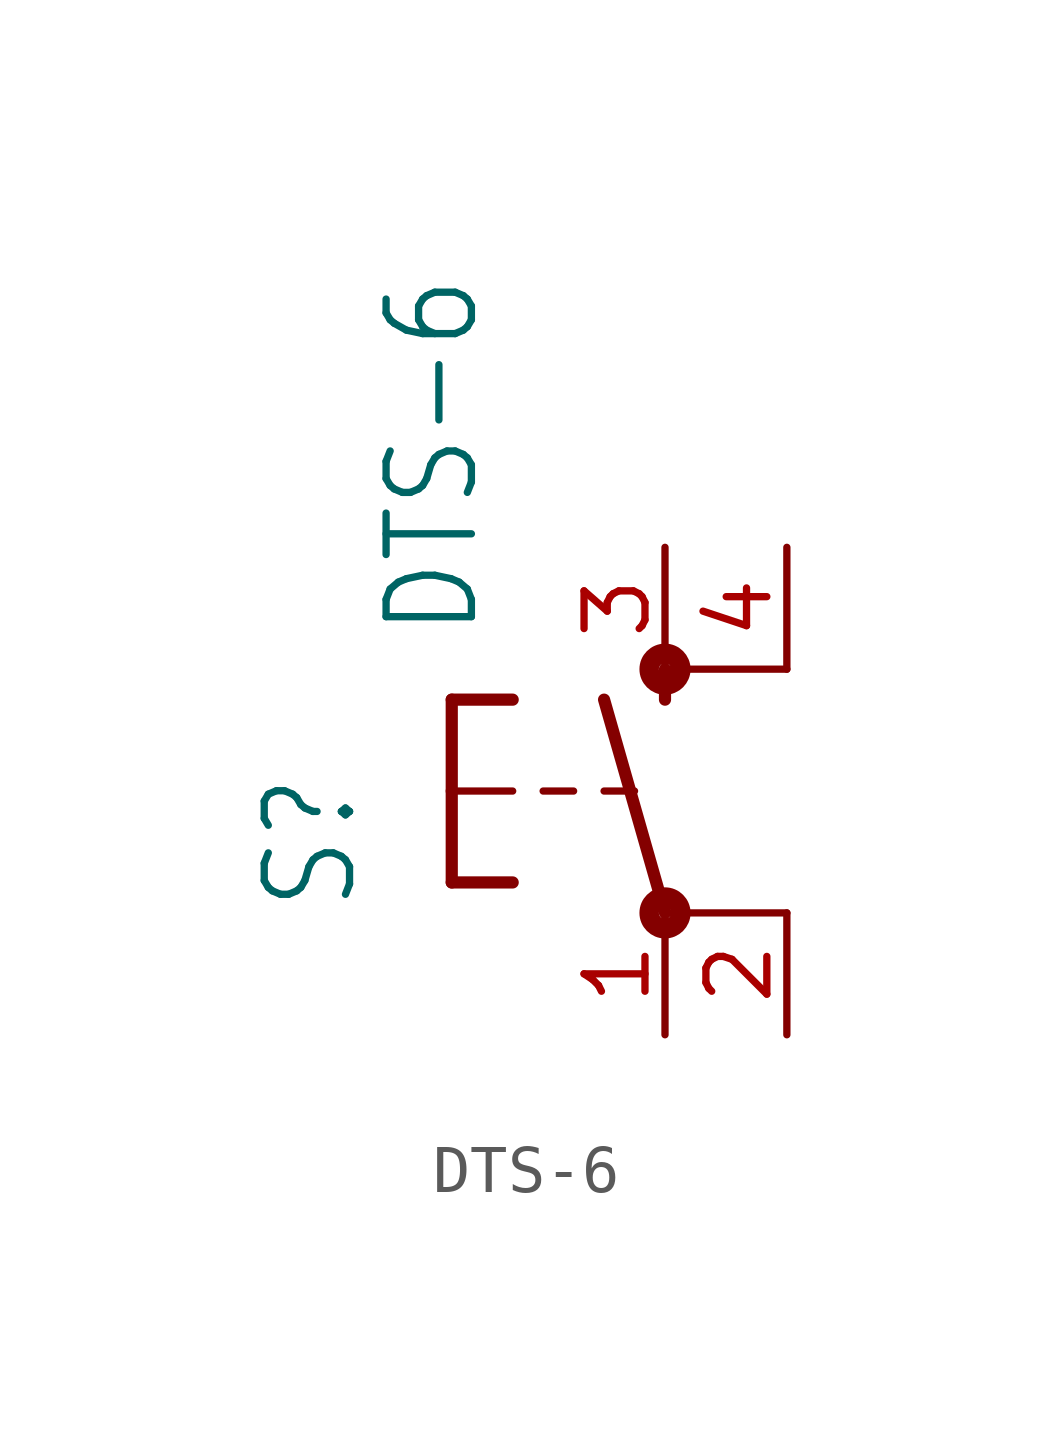
<source format=kicad_sym>
(kicad_symbol_lib
  (version 20211014)
  (generator kicad_symbol_editor)
  (symbol "DTS-6"
    (property "Reference" "S"
      (at -6.35 -2.54 90)
      (effects (font (size 1.778 1.511)) (justify left bottom)))
    (property "Value" "DTS-6"
      (at -3.81 3.175 90)
      (effects (font (size 1.778 1.511)) (justify left bottom)))
    (property "ki_locked" ""
      (at 0 0 0)
      (effects (font (size 1.27 1.27))))
    (symbol "DTS-6_1_0"
      (circle (center 0 -2.54) (radius 0.127) (stroke (width 0.406) (type default) (color 0 0 0 0)) (fill (type none)))
      (polyline (pts (xy -4.445 -1.905) (xy -3.175 -1.905)) (stroke (width 0.254) (type default) (color 0 0 0 0)) (fill (type none)))
      (polyline (pts (xy -4.445 0) (xy -4.445 -1.905)) (stroke (width 0.254) (type default) (color 0 0 0 0)) (fill (type none)))
      (polyline (pts (xy -4.445 0) (xy -3.175 0)) (stroke (width 0.152) (type default) (color 0 0 0 0)) (fill (type none)))
      (polyline (pts (xy -4.445 1.905) (xy -4.445 0)) (stroke (width 0.254) (type default) (color 0 0 0 0)) (fill (type none)))
      (polyline (pts (xy -4.445 1.905) (xy -3.175 1.905)) (stroke (width 0.254) (type default) (color 0 0 0 0)) (fill (type none)))
      (polyline (pts (xy -2.54 0) (xy -1.905 0)) (stroke (width 0.152) (type default) (color 0 0 0 0)) (fill (type none)))
      (polyline (pts (xy -1.27 0) (xy -0.635 0)) (stroke (width 0.152) (type default) (color 0 0 0 0)) (fill (type none)))
      (polyline (pts (xy 0 -2.54) (xy -1.27 1.905)) (stroke (width 0.254) (type default) (color 0 0 0 0)) (fill (type none)))
      (polyline (pts (xy 0 1.905) (xy 0 2.54)) (stroke (width 0.254) (type default) (color 0 0 0 0)) (fill (type none)))
      (polyline (pts (xy 2.54 -2.54) (xy 0 -2.54)) (stroke (width 0.152) (type default) (color 0 0 0 0)) (fill (type none)))
      (polyline (pts (xy 2.54 2.54) (xy 0 2.54)) (stroke (width 0.152) (type default) (color 0 0 0 0)) (fill (type none)))
      (circle (center 0 2.54) (radius 0.127) (stroke (width 0.406) (type default) (color 0 0 0 0)) (fill (type none)))
      (pin passive line (at 0 -5.08 90) (length 2.54) (name "1" (effects (font (size 0 0)))) (number "1" (effects (font (size 1.27 1.27)))))
      (pin passive line (at 2.54 -5.08 90) (length 2.54) (name "2" (effects (font (size 0 0)))) (number "2" (effects (font (size 1.27 1.27)))))
      (pin passive line (at 0 5.08 270) (length 2.54) (name "3" (effects (font (size 0 0)))) (number "3" (effects (font (size 1.27 1.27)))))
      (pin passive line (at 2.54 5.08 270) (length 2.54) (name "4" (effects (font (size 0 0)))) (number "4" (effects (font (size 1.27 1.27))))))))
</source>
